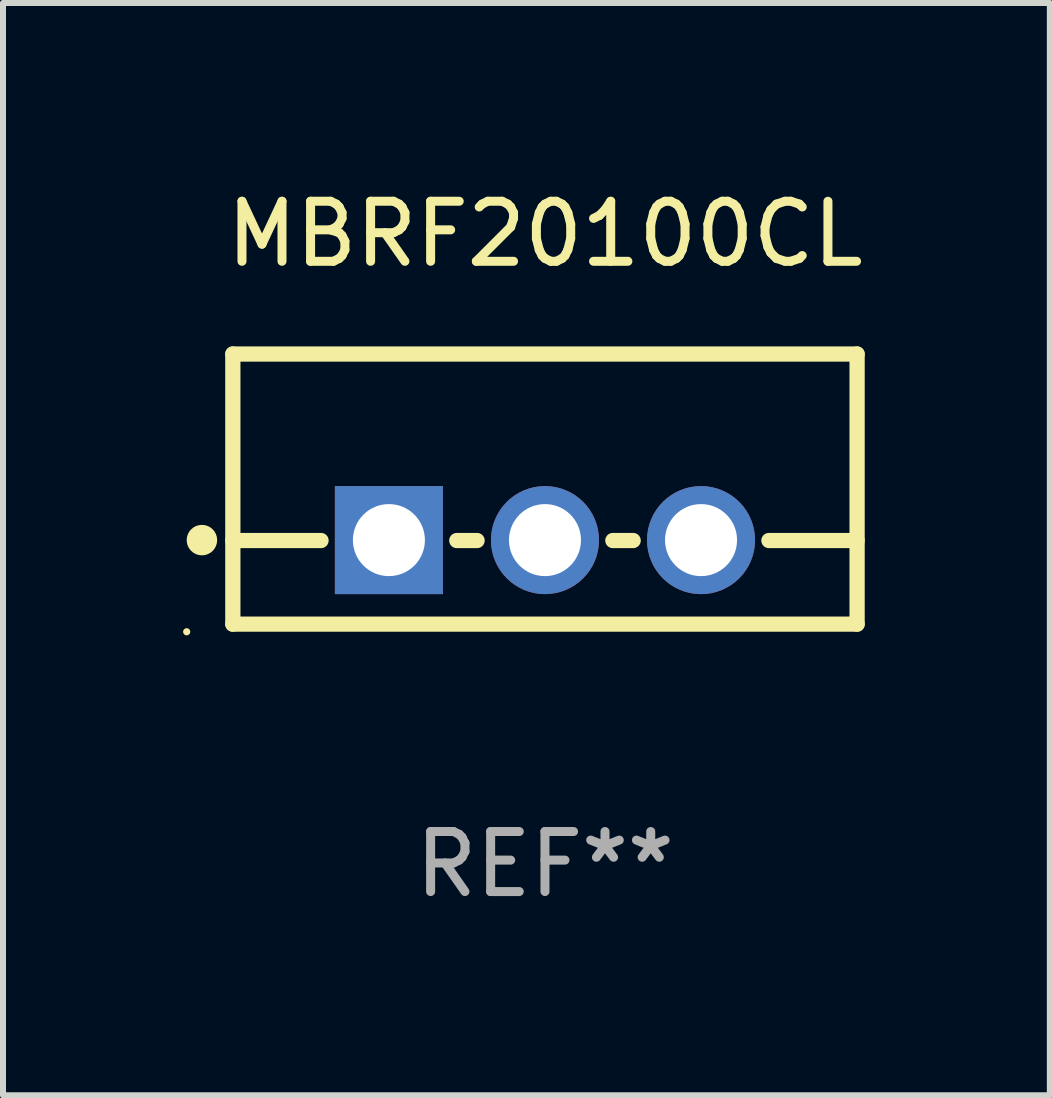
<source format=kicad_pcb>
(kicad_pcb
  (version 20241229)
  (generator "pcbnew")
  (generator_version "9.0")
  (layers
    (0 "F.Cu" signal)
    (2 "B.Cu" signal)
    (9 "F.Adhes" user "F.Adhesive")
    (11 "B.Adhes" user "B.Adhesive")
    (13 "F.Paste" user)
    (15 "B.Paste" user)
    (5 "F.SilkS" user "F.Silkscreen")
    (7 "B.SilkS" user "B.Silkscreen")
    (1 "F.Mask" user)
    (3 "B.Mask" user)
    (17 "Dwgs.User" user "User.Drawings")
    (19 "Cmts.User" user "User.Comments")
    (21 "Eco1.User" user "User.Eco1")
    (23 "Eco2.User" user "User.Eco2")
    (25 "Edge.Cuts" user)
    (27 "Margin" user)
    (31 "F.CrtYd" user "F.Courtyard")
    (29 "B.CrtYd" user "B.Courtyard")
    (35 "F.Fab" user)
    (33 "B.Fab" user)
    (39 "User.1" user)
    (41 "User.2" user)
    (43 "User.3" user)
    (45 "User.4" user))
  (footprint "MBRF20100CL"
    (layer "F.Cu")
    (at 6.029 5.098)
    (property "Reference" "MBRF20100CL" (at 0 -4.25 0) (layer "F.SilkS") (effects (font (size 1 1) (thickness 0.15))))
    (attr through_hole)
    (fp_line (start -5.2 -2.25) (end -5.2 2.25) (stroke (width 0.254) (type solid)) (layer "F.SilkS"))
    (fp_line (start -5.2 -2.25) (end 5.2 -2.25) (stroke (width 0.254) (type solid)) (layer "F.SilkS"))
    (fp_line (start -5.2 0.857) (end -3.731 0.857) (stroke (width 0.254) (type solid)) (layer "F.SilkS"))
    (fp_line (start -5.2 2.25) (end 5.2 2.25) (stroke (width 0.254) (type solid)) (layer "F.SilkS"))
    (fp_line (start -1.469 0.857) (end -1.131 0.857) (stroke (width 0.254) (type solid)) (layer "F.SilkS"))
    (fp_line (start 1.131 0.857) (end 1.469 0.857) (stroke (width 0.254) (type solid)) (layer "F.SilkS"))
    (fp_line (start 3.731 0.857) (end 5.2 0.857) (stroke (width 0.254) (type solid)) (layer "F.SilkS"))
    (fp_line (start 5.2 -2.25) (end 5.2 2.25) (stroke (width 0.254) (type solid)) (layer "F.SilkS"))
    (fp_circle (center -5.969 2.377) (end -5.939 2.377) (stroke (width 0.06) (type solid)) (fill no) (layer "F.SilkS"))
    (fp_circle (center -5.715 0.85) (end -5.588 0.85) (stroke (width 0.254) (type solid)) (fill no) (layer "F.SilkS"))
    (fp_text user "REF**" (at 0 6.25 0) (layer "F.Fab") (effects (font (size 1 1) (thickness 0.15))))
    (pad "1" thru_hole rect (at -2.6 0.85) (size 1.8 1.8) (drill 1.2) (layers "*.Cu" "*.Mask"))
    (pad "2" thru_hole circle (at 0 0.85) (size 1.8 1.8) (drill 1.2) (layers "*.Cu" "*.Mask"))
    (pad "3" thru_hole circle (at 2.6 0.85) (size 1.8 1.8) (drill 1.2) (layers "*.Cu" "*.Mask")))
  (gr_rect
    (start -3 -3)
    (end 14.44 15.197)
    (stroke (width 0.1) (type default))
    (fill no)
    (layer "Edge.Cuts")))
</source>
